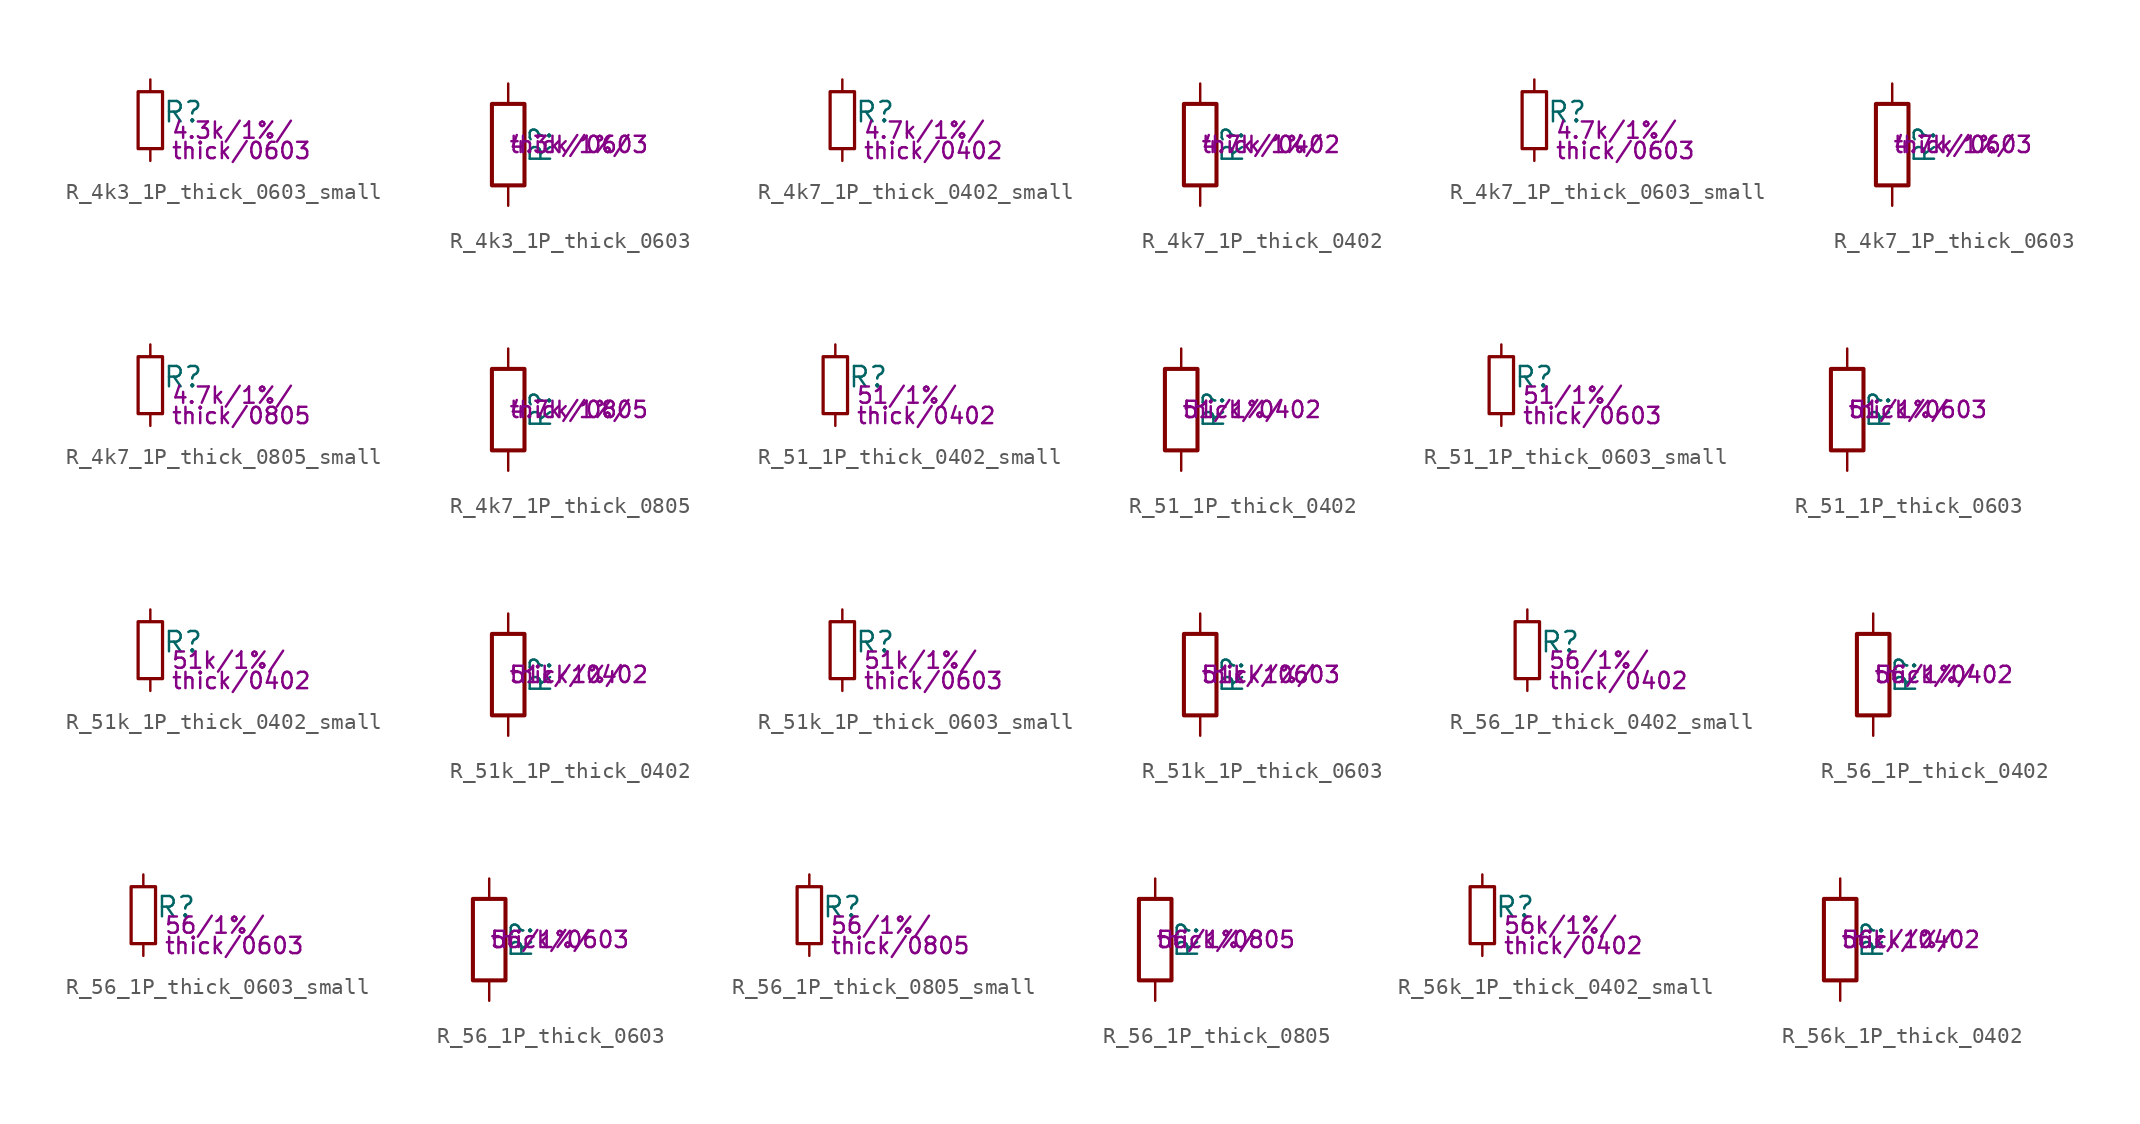
<source format=kicad_sym>
(kicad_symbol_lib
  (version 20211014)
  (generator kicad_symbol_editor)
  (symbol "R_4k3_1P_thick_0603_small"
    (pin_numbers hide)
    (pin_names
      (offset 0.254) hide)
    (property "Reference" "R"
      (at 0.762 0.508 0)
      (effects (font (size 1.27 1.27)) (justify left)))
    (property "Params" "4.3k/1%/"
      (at 1.27 -0.635 0)
      (effects (font (size 1.016 1.016)) (justify left)))
    (property "Params2" "thick/0603"
      (at 1.27 -1.905 0)
      (effects (font (size 1.016 1.016)) (justify left)))
    (symbol "R_4k3_1P_thick_0603_small_0_1"
      (rectangle (start -0.762 1.778) (end 0.762 -1.778) (stroke (width 0.203) (type default) (color 0 0 0 0)) (fill (type none))))
    (symbol "R_4k3_1P_thick_0603_small_1_1"
      (pin passive line (at 0 2.54 270) (length 0.762) (name "~" (effects (font (size 1.27 1.27)))) (number "1" (effects (font (size 1.27 1.27)))))
      (pin passive line (at 0 -2.54 90) (length 0.762) (name "~" (effects (font (size 1.27 1.27)))) (number "2" (effects (font (size 1.27 1.27)))))))
  (symbol "R_4k3_1P_thick_0603"
    (pin_numbers hide)
    (pin_names
      (offset 0))
    (property "Reference" "R"
      (at 2.032 0 90)
      (effects (font (size 1.27 1.27))))
    (property "Params" "4.3k/1%/"
      (at 0 0 0)
      (effects (font (size 1.016 1.016)) (justify left)))
    (property "Params2" "thick/0603"
      (at 0 0 0)
      (effects (font (size 1.016 1.016)) (justify left)))
    (symbol "R_4k3_1P_thick_0603_0_1"
      (rectangle (start -1.016 -2.54) (end 1.016 2.54) (stroke (width 0.254) (type default) (color 0 0 0 0)) (fill (type none))))
    (symbol "R_4k3_1P_thick_0603_1_1"
      (pin passive line (at 0 3.81 270) (length 1.27) (name "~" (effects (font (size 1.27 1.27)))) (number "1" (effects (font (size 1.27 1.27)))))
      (pin passive line (at 0 -3.81 90) (length 1.27) (name "~" (effects (font (size 1.27 1.27)))) (number "2" (effects (font (size 1.27 1.27)))))))
  (symbol "R_4k7_1P_thick_0402_small"
    (pin_numbers hide)
    (pin_names
      (offset 0.254) hide)
    (property "Reference" "R"
      (at 0.762 0.508 0)
      (effects (font (size 1.27 1.27)) (justify left)))
    (property "Params" "4.7k/1%/"
      (at 1.27 -0.635 0)
      (effects (font (size 1.016 1.016)) (justify left)))
    (property "Params2" "thick/0402"
      (at 1.27 -1.905 0)
      (effects (font (size 1.016 1.016)) (justify left)))
    (symbol "R_4k7_1P_thick_0402_small_0_1"
      (rectangle (start -0.762 1.778) (end 0.762 -1.778) (stroke (width 0.203) (type default) (color 0 0 0 0)) (fill (type none))))
    (symbol "R_4k7_1P_thick_0402_small_1_1"
      (pin passive line (at 0 2.54 270) (length 0.762) (name "~" (effects (font (size 1.27 1.27)))) (number "1" (effects (font (size 1.27 1.27)))))
      (pin passive line (at 0 -2.54 90) (length 0.762) (name "~" (effects (font (size 1.27 1.27)))) (number "2" (effects (font (size 1.27 1.27)))))))
  (symbol "R_4k7_1P_thick_0402"
    (pin_numbers hide)
    (pin_names
      (offset 0))
    (property "Reference" "R"
      (at 2.032 0 90)
      (effects (font (size 1.27 1.27))))
    (property "Params" "4.7k/1%/"
      (at 0 0 0)
      (effects (font (size 1.016 1.016)) (justify left)))
    (property "Params2" "thick/0402"
      (at 0 0 0)
      (effects (font (size 1.016 1.016)) (justify left)))
    (symbol "R_4k7_1P_thick_0402_0_1"
      (rectangle (start -1.016 -2.54) (end 1.016 2.54) (stroke (width 0.254) (type default) (color 0 0 0 0)) (fill (type none))))
    (symbol "R_4k7_1P_thick_0402_1_1"
      (pin passive line (at 0 3.81 270) (length 1.27) (name "~" (effects (font (size 1.27 1.27)))) (number "1" (effects (font (size 1.27 1.27)))))
      (pin passive line (at 0 -3.81 90) (length 1.27) (name "~" (effects (font (size 1.27 1.27)))) (number "2" (effects (font (size 1.27 1.27)))))))
  (symbol "R_4k7_1P_thick_0603_small"
    (pin_numbers hide)
    (pin_names
      (offset 0.254) hide)
    (property "Reference" "R"
      (at 0.762 0.508 0)
      (effects (font (size 1.27 1.27)) (justify left)))
    (property "Params" "4.7k/1%/"
      (at 1.27 -0.635 0)
      (effects (font (size 1.016 1.016)) (justify left)))
    (property "Params2" "thick/0603"
      (at 1.27 -1.905 0)
      (effects (font (size 1.016 1.016)) (justify left)))
    (symbol "R_4k7_1P_thick_0603_small_0_1"
      (rectangle (start -0.762 1.778) (end 0.762 -1.778) (stroke (width 0.203) (type default) (color 0 0 0 0)) (fill (type none))))
    (symbol "R_4k7_1P_thick_0603_small_1_1"
      (pin passive line (at 0 2.54 270) (length 0.762) (name "~" (effects (font (size 1.27 1.27)))) (number "1" (effects (font (size 1.27 1.27)))))
      (pin passive line (at 0 -2.54 90) (length 0.762) (name "~" (effects (font (size 1.27 1.27)))) (number "2" (effects (font (size 1.27 1.27)))))))
  (symbol "R_4k7_1P_thick_0603"
    (pin_numbers hide)
    (pin_names
      (offset 0))
    (property "Reference" "R"
      (at 2.032 0 90)
      (effects (font (size 1.27 1.27))))
    (property "Params" "4.7k/1%/"
      (at 0 0 0)
      (effects (font (size 1.016 1.016)) (justify left)))
    (property "Params2" "thick/0603"
      (at 0 0 0)
      (effects (font (size 1.016 1.016)) (justify left)))
    (symbol "R_4k7_1P_thick_0603_0_1"
      (rectangle (start -1.016 -2.54) (end 1.016 2.54) (stroke (width 0.254) (type default) (color 0 0 0 0)) (fill (type none))))
    (symbol "R_4k7_1P_thick_0603_1_1"
      (pin passive line (at 0 3.81 270) (length 1.27) (name "~" (effects (font (size 1.27 1.27)))) (number "1" (effects (font (size 1.27 1.27)))))
      (pin passive line (at 0 -3.81 90) (length 1.27) (name "~" (effects (font (size 1.27 1.27)))) (number "2" (effects (font (size 1.27 1.27)))))))
  (symbol "R_4k7_1P_thick_0805_small"
    (pin_numbers hide)
    (pin_names
      (offset 0.254) hide)
    (property "Reference" "R"
      (at 0.762 0.508 0)
      (effects (font (size 1.27 1.27)) (justify left)))
    (property "Params" "4.7k/1%/"
      (at 1.27 -0.635 0)
      (effects (font (size 1.016 1.016)) (justify left)))
    (property "Params2" "thick/0805"
      (at 1.27 -1.905 0)
      (effects (font (size 1.016 1.016)) (justify left)))
    (symbol "R_4k7_1P_thick_0805_small_0_1"
      (rectangle (start -0.762 1.778) (end 0.762 -1.778) (stroke (width 0.203) (type default) (color 0 0 0 0)) (fill (type none))))
    (symbol "R_4k7_1P_thick_0805_small_1_1"
      (pin passive line (at 0 2.54 270) (length 0.762) (name "~" (effects (font (size 1.27 1.27)))) (number "1" (effects (font (size 1.27 1.27)))))
      (pin passive line (at 0 -2.54 90) (length 0.762) (name "~" (effects (font (size 1.27 1.27)))) (number "2" (effects (font (size 1.27 1.27)))))))
  (symbol "R_4k7_1P_thick_0805"
    (pin_numbers hide)
    (pin_names
      (offset 0))
    (property "Reference" "R"
      (at 2.032 0 90)
      (effects (font (size 1.27 1.27))))
    (property "Params" "4.7k/1%/"
      (at 0 0 0)
      (effects (font (size 1.016 1.016)) (justify left)))
    (property "Params2" "thick/0805"
      (at 0 0 0)
      (effects (font (size 1.016 1.016)) (justify left)))
    (symbol "R_4k7_1P_thick_0805_0_1"
      (rectangle (start -1.016 -2.54) (end 1.016 2.54) (stroke (width 0.254) (type default) (color 0 0 0 0)) (fill (type none))))
    (symbol "R_4k7_1P_thick_0805_1_1"
      (pin passive line (at 0 3.81 270) (length 1.27) (name "~" (effects (font (size 1.27 1.27)))) (number "1" (effects (font (size 1.27 1.27)))))
      (pin passive line (at 0 -3.81 90) (length 1.27) (name "~" (effects (font (size 1.27 1.27)))) (number "2" (effects (font (size 1.27 1.27)))))))
  (symbol "R_51_1P_thick_0402_small"
    (pin_numbers hide)
    (pin_names
      (offset 0.254) hide)
    (property "Reference" "R"
      (at 0.762 0.508 0)
      (effects (font (size 1.27 1.27)) (justify left)))
    (property "Params" "51/1%/"
      (at 1.27 -0.635 0)
      (effects (font (size 1.016 1.016)) (justify left)))
    (property "Params2" "thick/0402"
      (at 1.27 -1.905 0)
      (effects (font (size 1.016 1.016)) (justify left)))
    (symbol "R_51_1P_thick_0402_small_0_1"
      (rectangle (start -0.762 1.778) (end 0.762 -1.778) (stroke (width 0.203) (type default) (color 0 0 0 0)) (fill (type none))))
    (symbol "R_51_1P_thick_0402_small_1_1"
      (pin passive line (at 0 2.54 270) (length 0.762) (name "~" (effects (font (size 1.27 1.27)))) (number "1" (effects (font (size 1.27 1.27)))))
      (pin passive line (at 0 -2.54 90) (length 0.762) (name "~" (effects (font (size 1.27 1.27)))) (number "2" (effects (font (size 1.27 1.27)))))))
  (symbol "R_51_1P_thick_0402"
    (pin_numbers hide)
    (pin_names
      (offset 0))
    (property "Reference" "R"
      (at 2.032 0 90)
      (effects (font (size 1.27 1.27))))
    (property "Params" "51/1%/"
      (at 0 0 0)
      (effects (font (size 1.016 1.016)) (justify left)))
    (property "Params2" "thick/0402"
      (at 0 0 0)
      (effects (font (size 1.016 1.016)) (justify left)))
    (symbol "R_51_1P_thick_0402_0_1"
      (rectangle (start -1.016 -2.54) (end 1.016 2.54) (stroke (width 0.254) (type default) (color 0 0 0 0)) (fill (type none))))
    (symbol "R_51_1P_thick_0402_1_1"
      (pin passive line (at 0 3.81 270) (length 1.27) (name "~" (effects (font (size 1.27 1.27)))) (number "1" (effects (font (size 1.27 1.27)))))
      (pin passive line (at 0 -3.81 90) (length 1.27) (name "~" (effects (font (size 1.27 1.27)))) (number "2" (effects (font (size 1.27 1.27)))))))
  (symbol "R_51_1P_thick_0603_small"
    (pin_numbers hide)
    (pin_names
      (offset 0.254) hide)
    (property "Reference" "R"
      (at 0.762 0.508 0)
      (effects (font (size 1.27 1.27)) (justify left)))
    (property "Params" "51/1%/"
      (at 1.27 -0.635 0)
      (effects (font (size 1.016 1.016)) (justify left)))
    (property "Params2" "thick/0603"
      (at 1.27 -1.905 0)
      (effects (font (size 1.016 1.016)) (justify left)))
    (symbol "R_51_1P_thick_0603_small_0_1"
      (rectangle (start -0.762 1.778) (end 0.762 -1.778) (stroke (width 0.203) (type default) (color 0 0 0 0)) (fill (type none))))
    (symbol "R_51_1P_thick_0603_small_1_1"
      (pin passive line (at 0 2.54 270) (length 0.762) (name "~" (effects (font (size 1.27 1.27)))) (number "1" (effects (font (size 1.27 1.27)))))
      (pin passive line (at 0 -2.54 90) (length 0.762) (name "~" (effects (font (size 1.27 1.27)))) (number "2" (effects (font (size 1.27 1.27)))))))
  (symbol "R_51_1P_thick_0603"
    (pin_numbers hide)
    (pin_names
      (offset 0))
    (property "Reference" "R"
      (at 2.032 0 90)
      (effects (font (size 1.27 1.27))))
    (property "Params" "51/1%/"
      (at 0 0 0)
      (effects (font (size 1.016 1.016)) (justify left)))
    (property "Params2" "thick/0603"
      (at 0 0 0)
      (effects (font (size 1.016 1.016)) (justify left)))
    (symbol "R_51_1P_thick_0603_0_1"
      (rectangle (start -1.016 -2.54) (end 1.016 2.54) (stroke (width 0.254) (type default) (color 0 0 0 0)) (fill (type none))))
    (symbol "R_51_1P_thick_0603_1_1"
      (pin passive line (at 0 3.81 270) (length 1.27) (name "~" (effects (font (size 1.27 1.27)))) (number "1" (effects (font (size 1.27 1.27)))))
      (pin passive line (at 0 -3.81 90) (length 1.27) (name "~" (effects (font (size 1.27 1.27)))) (number "2" (effects (font (size 1.27 1.27)))))))
  (symbol "R_51k_1P_thick_0402_small"
    (pin_numbers hide)
    (pin_names
      (offset 0.254) hide)
    (property "Reference" "R"
      (at 0.762 0.508 0)
      (effects (font (size 1.27 1.27)) (justify left)))
    (property "Params" "51k/1%/"
      (at 1.27 -0.635 0)
      (effects (font (size 1.016 1.016)) (justify left)))
    (property "Params2" "thick/0402"
      (at 1.27 -1.905 0)
      (effects (font (size 1.016 1.016)) (justify left)))
    (symbol "R_51k_1P_thick_0402_small_0_1"
      (rectangle (start -0.762 1.778) (end 0.762 -1.778) (stroke (width 0.203) (type default) (color 0 0 0 0)) (fill (type none))))
    (symbol "R_51k_1P_thick_0402_small_1_1"
      (pin passive line (at 0 2.54 270) (length 0.762) (name "~" (effects (font (size 1.27 1.27)))) (number "1" (effects (font (size 1.27 1.27)))))
      (pin passive line (at 0 -2.54 90) (length 0.762) (name "~" (effects (font (size 1.27 1.27)))) (number "2" (effects (font (size 1.27 1.27)))))))
  (symbol "R_51k_1P_thick_0402"
    (pin_numbers hide)
    (pin_names
      (offset 0))
    (property "Reference" "R"
      (at 2.032 0 90)
      (effects (font (size 1.27 1.27))))
    (property "Params" "51k/1%/"
      (at 0 0 0)
      (effects (font (size 1.016 1.016)) (justify left)))
    (property "Params2" "thick/0402"
      (at 0 0 0)
      (effects (font (size 1.016 1.016)) (justify left)))
    (symbol "R_51k_1P_thick_0402_0_1"
      (rectangle (start -1.016 -2.54) (end 1.016 2.54) (stroke (width 0.254) (type default) (color 0 0 0 0)) (fill (type none))))
    (symbol "R_51k_1P_thick_0402_1_1"
      (pin passive line (at 0 3.81 270) (length 1.27) (name "~" (effects (font (size 1.27 1.27)))) (number "1" (effects (font (size 1.27 1.27)))))
      (pin passive line (at 0 -3.81 90) (length 1.27) (name "~" (effects (font (size 1.27 1.27)))) (number "2" (effects (font (size 1.27 1.27)))))))
  (symbol "R_51k_1P_thick_0603_small"
    (pin_numbers hide)
    (pin_names
      (offset 0.254) hide)
    (property "Reference" "R"
      (at 0.762 0.508 0)
      (effects (font (size 1.27 1.27)) (justify left)))
    (property "Params" "51k/1%/"
      (at 1.27 -0.635 0)
      (effects (font (size 1.016 1.016)) (justify left)))
    (property "Params2" "thick/0603"
      (at 1.27 -1.905 0)
      (effects (font (size 1.016 1.016)) (justify left)))
    (symbol "R_51k_1P_thick_0603_small_0_1"
      (rectangle (start -0.762 1.778) (end 0.762 -1.778) (stroke (width 0.203) (type default) (color 0 0 0 0)) (fill (type none))))
    (symbol "R_51k_1P_thick_0603_small_1_1"
      (pin passive line (at 0 2.54 270) (length 0.762) (name "~" (effects (font (size 1.27 1.27)))) (number "1" (effects (font (size 1.27 1.27)))))
      (pin passive line (at 0 -2.54 90) (length 0.762) (name "~" (effects (font (size 1.27 1.27)))) (number "2" (effects (font (size 1.27 1.27)))))))
  (symbol "R_51k_1P_thick_0603"
    (pin_numbers hide)
    (pin_names
      (offset 0))
    (property "Reference" "R"
      (at 2.032 0 90)
      (effects (font (size 1.27 1.27))))
    (property "Params" "51k/1%/"
      (at 0 0 0)
      (effects (font (size 1.016 1.016)) (justify left)))
    (property "Params2" "thick/0603"
      (at 0 0 0)
      (effects (font (size 1.016 1.016)) (justify left)))
    (symbol "R_51k_1P_thick_0603_0_1"
      (rectangle (start -1.016 -2.54) (end 1.016 2.54) (stroke (width 0.254) (type default) (color 0 0 0 0)) (fill (type none))))
    (symbol "R_51k_1P_thick_0603_1_1"
      (pin passive line (at 0 3.81 270) (length 1.27) (name "~" (effects (font (size 1.27 1.27)))) (number "1" (effects (font (size 1.27 1.27)))))
      (pin passive line (at 0 -3.81 90) (length 1.27) (name "~" (effects (font (size 1.27 1.27)))) (number "2" (effects (font (size 1.27 1.27)))))))
  (symbol "R_56_1P_thick_0402_small"
    (pin_numbers hide)
    (pin_names
      (offset 0.254) hide)
    (property "Reference" "R"
      (at 0.762 0.508 0)
      (effects (font (size 1.27 1.27)) (justify left)))
    (property "Params" "56/1%/"
      (at 1.27 -0.635 0)
      (effects (font (size 1.016 1.016)) (justify left)))
    (property "Params2" "thick/0402"
      (at 1.27 -1.905 0)
      (effects (font (size 1.016 1.016)) (justify left)))
    (symbol "R_56_1P_thick_0402_small_0_1"
      (rectangle (start -0.762 1.778) (end 0.762 -1.778) (stroke (width 0.203) (type default) (color 0 0 0 0)) (fill (type none))))
    (symbol "R_56_1P_thick_0402_small_1_1"
      (pin passive line (at 0 2.54 270) (length 0.762) (name "~" (effects (font (size 1.27 1.27)))) (number "1" (effects (font (size 1.27 1.27)))))
      (pin passive line (at 0 -2.54 90) (length 0.762) (name "~" (effects (font (size 1.27 1.27)))) (number "2" (effects (font (size 1.27 1.27)))))))
  (symbol "R_56_1P_thick_0402"
    (pin_numbers hide)
    (pin_names
      (offset 0))
    (property "Reference" "R"
      (at 2.032 0 90)
      (effects (font (size 1.27 1.27))))
    (property "Params" "56/1%/"
      (at 0 0 0)
      (effects (font (size 1.016 1.016)) (justify left)))
    (property "Params2" "thick/0402"
      (at 0 0 0)
      (effects (font (size 1.016 1.016)) (justify left)))
    (symbol "R_56_1P_thick_0402_0_1"
      (rectangle (start -1.016 -2.54) (end 1.016 2.54) (stroke (width 0.254) (type default) (color 0 0 0 0)) (fill (type none))))
    (symbol "R_56_1P_thick_0402_1_1"
      (pin passive line (at 0 3.81 270) (length 1.27) (name "~" (effects (font (size 1.27 1.27)))) (number "1" (effects (font (size 1.27 1.27)))))
      (pin passive line (at 0 -3.81 90) (length 1.27) (name "~" (effects (font (size 1.27 1.27)))) (number "2" (effects (font (size 1.27 1.27)))))))
  (symbol "R_56_1P_thick_0603_small"
    (pin_numbers hide)
    (pin_names
      (offset 0.254) hide)
    (property "Reference" "R"
      (at 0.762 0.508 0)
      (effects (font (size 1.27 1.27)) (justify left)))
    (property "Params" "56/1%/"
      (at 1.27 -0.635 0)
      (effects (font (size 1.016 1.016)) (justify left)))
    (property "Params2" "thick/0603"
      (at 1.27 -1.905 0)
      (effects (font (size 1.016 1.016)) (justify left)))
    (symbol "R_56_1P_thick_0603_small_0_1"
      (rectangle (start -0.762 1.778) (end 0.762 -1.778) (stroke (width 0.203) (type default) (color 0 0 0 0)) (fill (type none))))
    (symbol "R_56_1P_thick_0603_small_1_1"
      (pin passive line (at 0 2.54 270) (length 0.762) (name "~" (effects (font (size 1.27 1.27)))) (number "1" (effects (font (size 1.27 1.27)))))
      (pin passive line (at 0 -2.54 90) (length 0.762) (name "~" (effects (font (size 1.27 1.27)))) (number "2" (effects (font (size 1.27 1.27)))))))
  (symbol "R_56_1P_thick_0603"
    (pin_numbers hide)
    (pin_names
      (offset 0))
    (property "Reference" "R"
      (at 2.032 0 90)
      (effects (font (size 1.27 1.27))))
    (property "Params" "56/1%/"
      (at 0 0 0)
      (effects (font (size 1.016 1.016)) (justify left)))
    (property "Params2" "thick/0603"
      (at 0 0 0)
      (effects (font (size 1.016 1.016)) (justify left)))
    (symbol "R_56_1P_thick_0603_0_1"
      (rectangle (start -1.016 -2.54) (end 1.016 2.54) (stroke (width 0.254) (type default) (color 0 0 0 0)) (fill (type none))))
    (symbol "R_56_1P_thick_0603_1_1"
      (pin passive line (at 0 3.81 270) (length 1.27) (name "~" (effects (font (size 1.27 1.27)))) (number "1" (effects (font (size 1.27 1.27)))))
      (pin passive line (at 0 -3.81 90) (length 1.27) (name "~" (effects (font (size 1.27 1.27)))) (number "2" (effects (font (size 1.27 1.27)))))))
  (symbol "R_56_1P_thick_0805_small"
    (pin_numbers hide)
    (pin_names
      (offset 0.254) hide)
    (property "Reference" "R"
      (at 0.762 0.508 0)
      (effects (font (size 1.27 1.27)) (justify left)))
    (property "Params" "56/1%/"
      (at 1.27 -0.635 0)
      (effects (font (size 1.016 1.016)) (justify left)))
    (property "Params2" "thick/0805"
      (at 1.27 -1.905 0)
      (effects (font (size 1.016 1.016)) (justify left)))
    (symbol "R_56_1P_thick_0805_small_0_1"
      (rectangle (start -0.762 1.778) (end 0.762 -1.778) (stroke (width 0.203) (type default) (color 0 0 0 0)) (fill (type none))))
    (symbol "R_56_1P_thick_0805_small_1_1"
      (pin passive line (at 0 2.54 270) (length 0.762) (name "~" (effects (font (size 1.27 1.27)))) (number "1" (effects (font (size 1.27 1.27)))))
      (pin passive line (at 0 -2.54 90) (length 0.762) (name "~" (effects (font (size 1.27 1.27)))) (number "2" (effects (font (size 1.27 1.27)))))))
  (symbol "R_56_1P_thick_0805"
    (pin_numbers hide)
    (pin_names
      (offset 0))
    (property "Reference" "R"
      (at 2.032 0 90)
      (effects (font (size 1.27 1.27))))
    (property "Params" "56/1%/"
      (at 0 0 0)
      (effects (font (size 1.016 1.016)) (justify left)))
    (property "Params2" "thick/0805"
      (at 0 0 0)
      (effects (font (size 1.016 1.016)) (justify left)))
    (symbol "R_56_1P_thick_0805_0_1"
      (rectangle (start -1.016 -2.54) (end 1.016 2.54) (stroke (width 0.254) (type default) (color 0 0 0 0)) (fill (type none))))
    (symbol "R_56_1P_thick_0805_1_1"
      (pin passive line (at 0 3.81 270) (length 1.27) (name "~" (effects (font (size 1.27 1.27)))) (number "1" (effects (font (size 1.27 1.27)))))
      (pin passive line (at 0 -3.81 90) (length 1.27) (name "~" (effects (font (size 1.27 1.27)))) (number "2" (effects (font (size 1.27 1.27)))))))
  (symbol "R_56k_1P_thick_0402_small"
    (pin_numbers hide)
    (pin_names
      (offset 0.254) hide)
    (property "Reference" "R"
      (at 0.762 0.508 0)
      (effects (font (size 1.27 1.27)) (justify left)))
    (property "Params" "56k/1%/"
      (at 1.27 -0.635 0)
      (effects (font (size 1.016 1.016)) (justify left)))
    (property "Params2" "thick/0402"
      (at 1.27 -1.905 0)
      (effects (font (size 1.016 1.016)) (justify left)))
    (symbol "R_56k_1P_thick_0402_small_0_1"
      (rectangle (start -0.762 1.778) (end 0.762 -1.778) (stroke (width 0.203) (type default) (color 0 0 0 0)) (fill (type none))))
    (symbol "R_56k_1P_thick_0402_small_1_1"
      (pin passive line (at 0 2.54 270) (length 0.762) (name "~" (effects (font (size 1.27 1.27)))) (number "1" (effects (font (size 1.27 1.27)))))
      (pin passive line (at 0 -2.54 90) (length 0.762) (name "~" (effects (font (size 1.27 1.27)))) (number "2" (effects (font (size 1.27 1.27)))))))
  (symbol "R_56k_1P_thick_0402"
    (pin_numbers hide)
    (pin_names
      (offset 0))
    (property "Reference" "R"
      (at 2.032 0 90)
      (effects (font (size 1.27 1.27))))
    (property "Params" "56k/1%/"
      (at 0 0 0)
      (effects (font (size 1.016 1.016)) (justify left)))
    (property "Params2" "thick/0402"
      (at 0 0 0)
      (effects (font (size 1.016 1.016)) (justify left)))
    (symbol "R_56k_1P_thick_0402_0_1"
      (rectangle (start -1.016 -2.54) (end 1.016 2.54) (stroke (width 0.254) (type default) (color 0 0 0 0)) (fill (type none))))
    (symbol "R_56k_1P_thick_0402_1_1"
      (pin passive line (at 0 3.81 270) (length 1.27) (name "~" (effects (font (size 1.27 1.27)))) (number "1" (effects (font (size 1.27 1.27)))))
      (pin passive line (at 0 -3.81 90) (length 1.27) (name "~" (effects (font (size 1.27 1.27)))) (number "2" (effects (font (size 1.27 1.27))))))))
</source>
